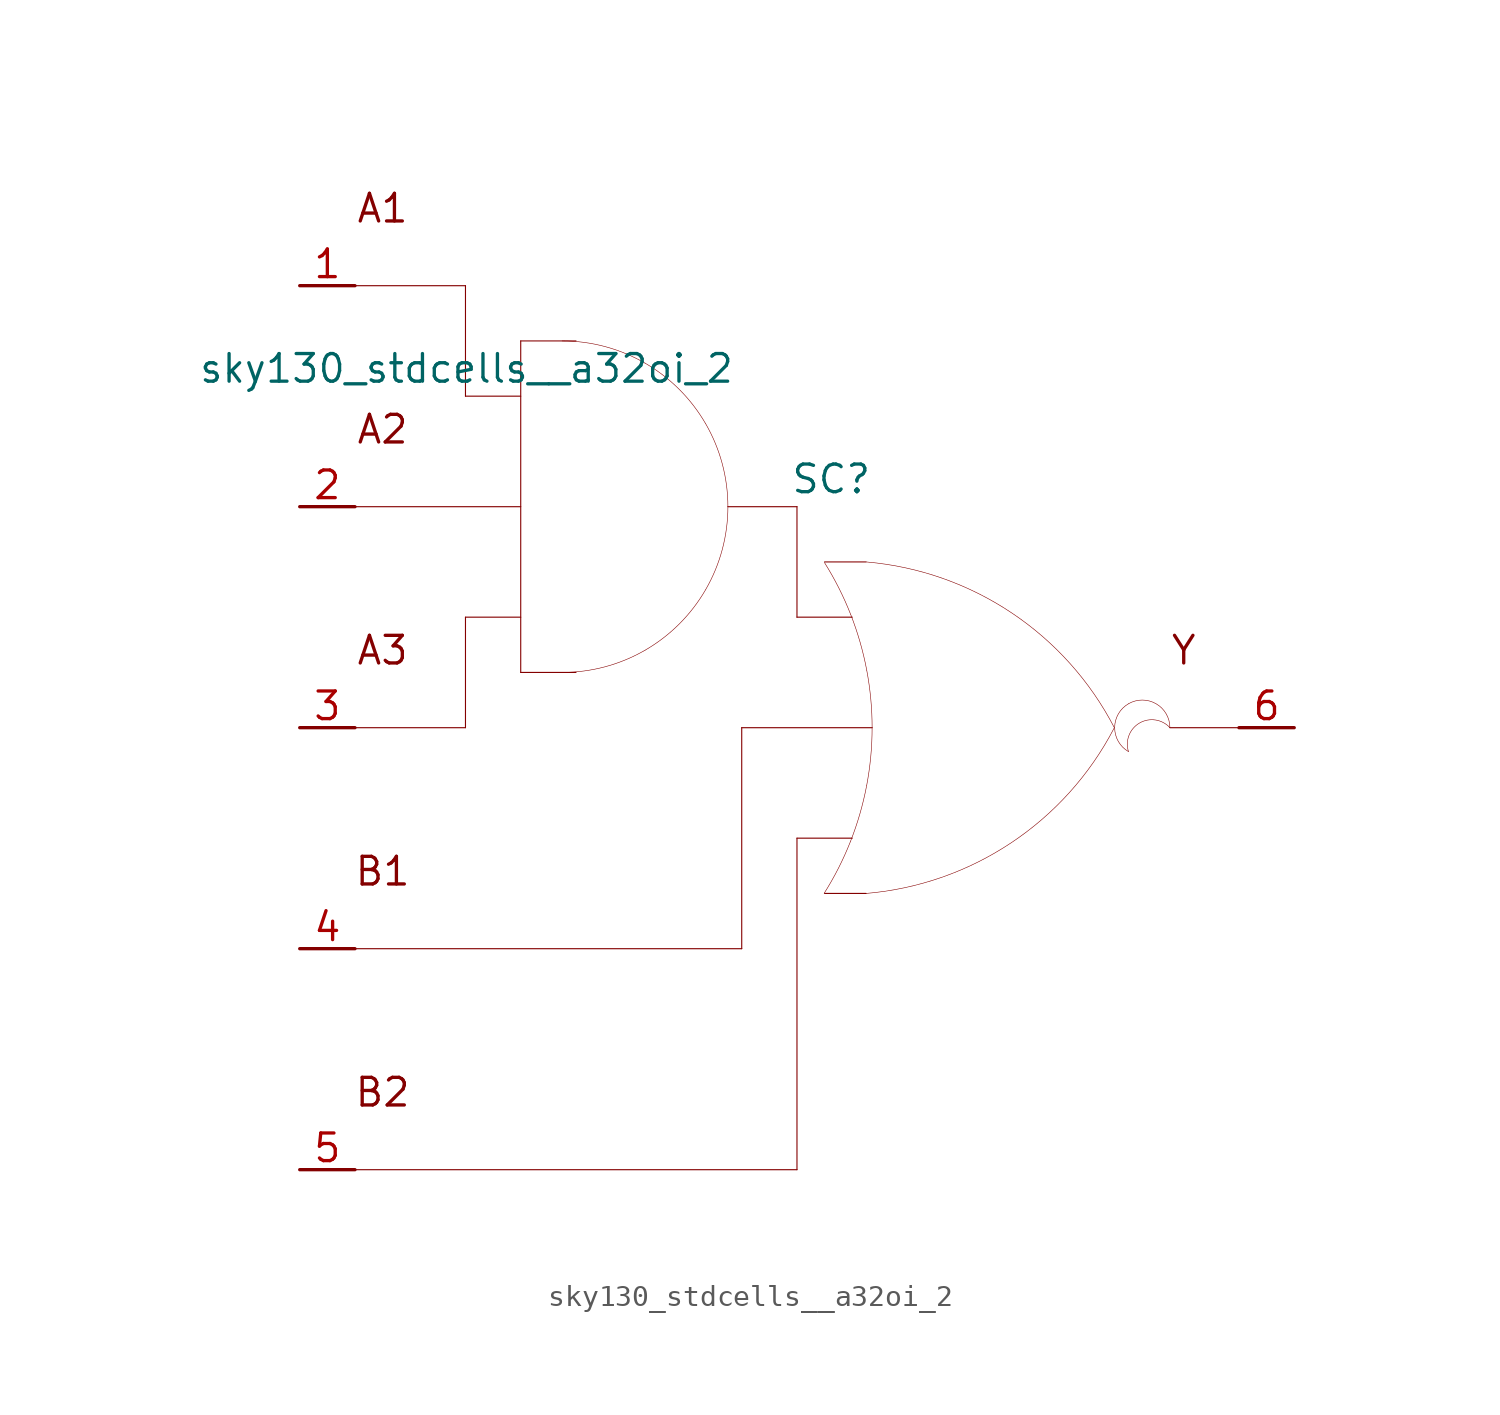
<source format=kicad_sym>
(kicad_symbol_lib
  (version 20211014)
  (generator kicad_symbol_editor)
  (symbol "sky130_stdcells__a32oi_2"
    (pin_names hide)
    (property "Reference" "SC"
      (at 1.575 11.43 0)
      (effects (font (size 1.27 1.27))))
    (property "Value" "sky130_stdcells__a32oi_2"
      (at -2.845 16.51 0)
      (effects (font (size 1.27 1.27)) (justify right)))
    (symbol "sky130_stdcells__a32oi_2_0_0"
      (arc (start -10.795 2.54) (mid -8.8228 2.7996) (end -6.985 3.5609) (stroke (width 0.0254) (type default) (color 0 0 0 0)) (fill (type none)))
      (arc (start -6.985 3.5609) (mid -5.4069 4.7719) (end -4.1959 6.35) (stroke (width 0.0254) (type default) (color 0 0 0 0)) (fill (type none)))
      (arc (start -6.985 16.7591) (mid -8.8228 17.5203) (end -10.795 17.78) (stroke (width 0.0254) (type default) (color 0 0 0 0)) (fill (type none)))
      (arc (start -4.1959 6.35) (mid -3.4347 8.1878) (end -3.175 10.16) (stroke (width 0.0254) (type default) (color 0 0 0 0)) (fill (type none)))
      (arc (start -4.1959 13.97) (mid -5.4069 15.5481) (end -6.985 16.7591) (stroke (width 0.0254) (type default) (color 0 0 0 0)) (fill (type none)))
      (arc (start -3.175 10.16) (mid -3.4346 12.1322) (end -4.1959 13.97) (stroke (width 0.0254) (type default) (color 0 0 0 0)) (fill (type none)))
      (polyline (pts (xy -20.32 -20.32) (xy 0 -20.32)) (stroke (width 0.051) (type default) (color 0 0 0 0)) (fill (type none)))
      (polyline (pts (xy -20.32 -10.16) (xy -2.54 -10.16)) (stroke (width 0.051) (type default) (color 0 0 0 0)) (fill (type none)))
      (polyline (pts (xy -20.32 0) (xy -15.24 0)) (stroke (width 0.051) (type default) (color 0 0 0 0)) (fill (type none)))
      (polyline (pts (xy -20.32 10.16) (xy -12.7 10.16)) (stroke (width 0.051) (type default) (color 0 0 0 0)) (fill (type none)))
      (polyline (pts (xy -20.32 20.32) (xy -15.24 20.32)) (stroke (width 0.051) (type default) (color 0 0 0 0)) (fill (type none)))
      (polyline (pts (xy -15.24 5.08) (xy -15.24 0)) (stroke (width 0.051) (type default) (color 0 0 0 0)) (fill (type none)))
      (polyline (pts (xy -15.24 5.08) (xy -12.7 5.08)) (stroke (width 0.051) (type default) (color 0 0 0 0)) (fill (type none)))
      (polyline (pts (xy -15.24 15.24) (xy -12.7 15.24)) (stroke (width 0.051) (type default) (color 0 0 0 0)) (fill (type none)))
      (polyline (pts (xy -15.24 20.32) (xy -15.24 15.24)) (stroke (width 0.051) (type default) (color 0 0 0 0)) (fill (type none)))
      (polyline (pts (xy -12.7 2.54) (xy -10.16 2.54)) (stroke (width 0.051) (type default) (color 0 0 0 0)) (fill (type none)))
      (polyline (pts (xy -12.7 17.78) (xy -12.7 2.54)) (stroke (width 0.051) (type default) (color 0 0 0 0)) (fill (type none)))
      (polyline (pts (xy -12.7 17.78) (xy -10.16 17.78)) (stroke (width 0.051) (type default) (color 0 0 0 0)) (fill (type none)))
      (polyline (pts (xy -3.175 10.16) (xy 0 10.16)) (stroke (width 0.051) (type default) (color 0 0 0 0)) (fill (type none)))
      (polyline (pts (xy -2.54 0) (xy -2.54 -10.16)) (stroke (width 0.051) (type default) (color 0 0 0 0)) (fill (type none)))
      (polyline (pts (xy -2.54 0) (xy 3.454 0)) (stroke (width 0.051) (type default) (color 0 0 0 0)) (fill (type none)))
      (polyline (pts (xy 0 -5.08) (xy 0 -20.32)) (stroke (width 0.051) (type default) (color 0 0 0 0)) (fill (type none)))
      (polyline (pts (xy 0 -5.08) (xy 2.54 -5.08)) (stroke (width 0.051) (type default) (color 0 0 0 0)) (fill (type none)))
      (polyline (pts (xy 0 5.08) (xy 2.54 5.08)) (stroke (width 0.051) (type default) (color 0 0 0 0)) (fill (type none)))
      (polyline (pts (xy 0 10.16) (xy 0 5.08)) (stroke (width 0.051) (type default) (color 0 0 0 0)) (fill (type none)))
      (polyline (pts (xy 1.27 -7.62) (xy 3.175 -7.62)) (stroke (width 0.051) (type default) (color 0 0 0 0)) (fill (type none)))
      (polyline (pts (xy 1.27 7.62) (xy 3.175 7.62)) (stroke (width 0.051) (type default) (color 0 0 0 0)) (fill (type none)))
      (polyline (pts (xy 17.145 0) (xy 20.32 0)) (stroke (width 0.051) (type default) (color 0 0 0 0)) (fill (type none)))
      (arc (start 1.2495 -7.6142) (mid 1.907 -6.458) (end 2.4538 -5.2456) (stroke (width 0.0254) (type default) (color 0 0 0 0)) (fill (type none)))
      (arc (start 2.4538 -5.2456) (mid 2.8887 -3.9755) (end 3.202 -2.6701) (stroke (width 0.0254) (type default) (color 0 0 0 0)) (fill (type none)))
      (arc (start 2.472 5.1993) (mid 1.9238 6.4248) (end 1.2627 7.5932) (stroke (width 0.0254) (type default) (color 0 0 0 0)) (fill (type none)))
      (arc (start 3.1446 -7.6231) (mid 9.8386 -5.2986) (end 14.5755 -0.0284) (stroke (width 0.0254) (type default) (color 0 0 0 0)) (fill (type none)))
      (arc (start 3.202 -2.6701) (mid 3.3912 -1.341) (end 3.4544 0) (stroke (width 0.0254) (type default) (color 0 0 0 0)) (fill (type none)))
      (arc (start 3.2066 2.6456) (mid 2.8989 3.9396) (end 2.472 5.1993) (stroke (width 0.0254) (type default) (color 0 0 0 0)) (fill (type none)))
      (arc (start 3.4544 0) (mid 3.3923 1.3286) (end 3.2066 2.6456) (stroke (width 0.0254) (type default) (color 0 0 0 0)) (fill (type none)))
      (arc (start 14.5983 -0.0156) (mid 9.8798 5.271) (end 3.194 7.6189) (stroke (width 0.0254) (type default) (color 0 0 0 0)) (fill (type none)))
      (arc (start 15.24 1.0999) (mid 14.605 0) (end 15.24 -1.0999) (stroke (width 0.0254) (type default) (color 0 0 0 0)) (fill (type none)))
      (arc (start 17.145 0) (mid 15.2881 0.4743) (end 15.24 -1.0999) (stroke (width 0.0254) (type default) (color 0 0 0 0)) (fill (type none)))
      (arc (start 17.145 0) (mid 16.51 1.0998) (end 15.24 1.0999) (stroke (width 0.0254) (type default) (color 0 0 0 0)) (fill (type none)))
      (text "A1" (at -19.05 23.876 0) (effects (font (size 1.27 1.27))))
      (text "A2" (at -19.05 13.716 0) (effects (font (size 1.27 1.27))))
      (text "A3" (at -19.05 3.556 0) (effects (font (size 1.27 1.27))))
      (text "B1" (at -19.05 -6.604 0) (effects (font (size 1.27 1.27))))
      (text "B2" (at -19.05 -16.764 0) (effects (font (size 1.27 1.27))))
      (text "Y" (at 17.78 3.556 0) (effects (font (size 1.27 1.27)))))
    (symbol "sky130_stdcells__a32oi_2_1_1"
      (pin input line (at -22.86 20.32 0) (length 2.54) (name "A1" (effects (font (size 1.092 1.092)))) (number "1" (effects (font (size 1.27 1.27)))))
      (pin input line (at -22.86 10.16 0) (length 2.54) (name "A2" (effects (font (size 1.092 1.092)))) (number "2" (effects (font (size 1.27 1.27)))))
      (pin input line (at -22.86 0 0) (length 2.54) (name "A3" (effects (font (size 1.092 1.092)))) (number "3" (effects (font (size 1.27 1.27)))))
      (pin input line (at -22.86 -10.16 0) (length 2.54) (name "B1" (effects (font (size 1.092 1.092)))) (number "4" (effects (font (size 1.27 1.27)))))
      (pin input line (at -22.86 -20.32 0) (length 2.54) (name "B2" (effects (font (size 1.092 1.092)))) (number "5" (effects (font (size 1.27 1.27)))))
      (pin output line (at 22.86 0 180) (length 2.54) (name "Y" (effects (font (size 1.092 1.092)))) (number "6" (effects (font (size 1.27 1.27))))))))
</source>
